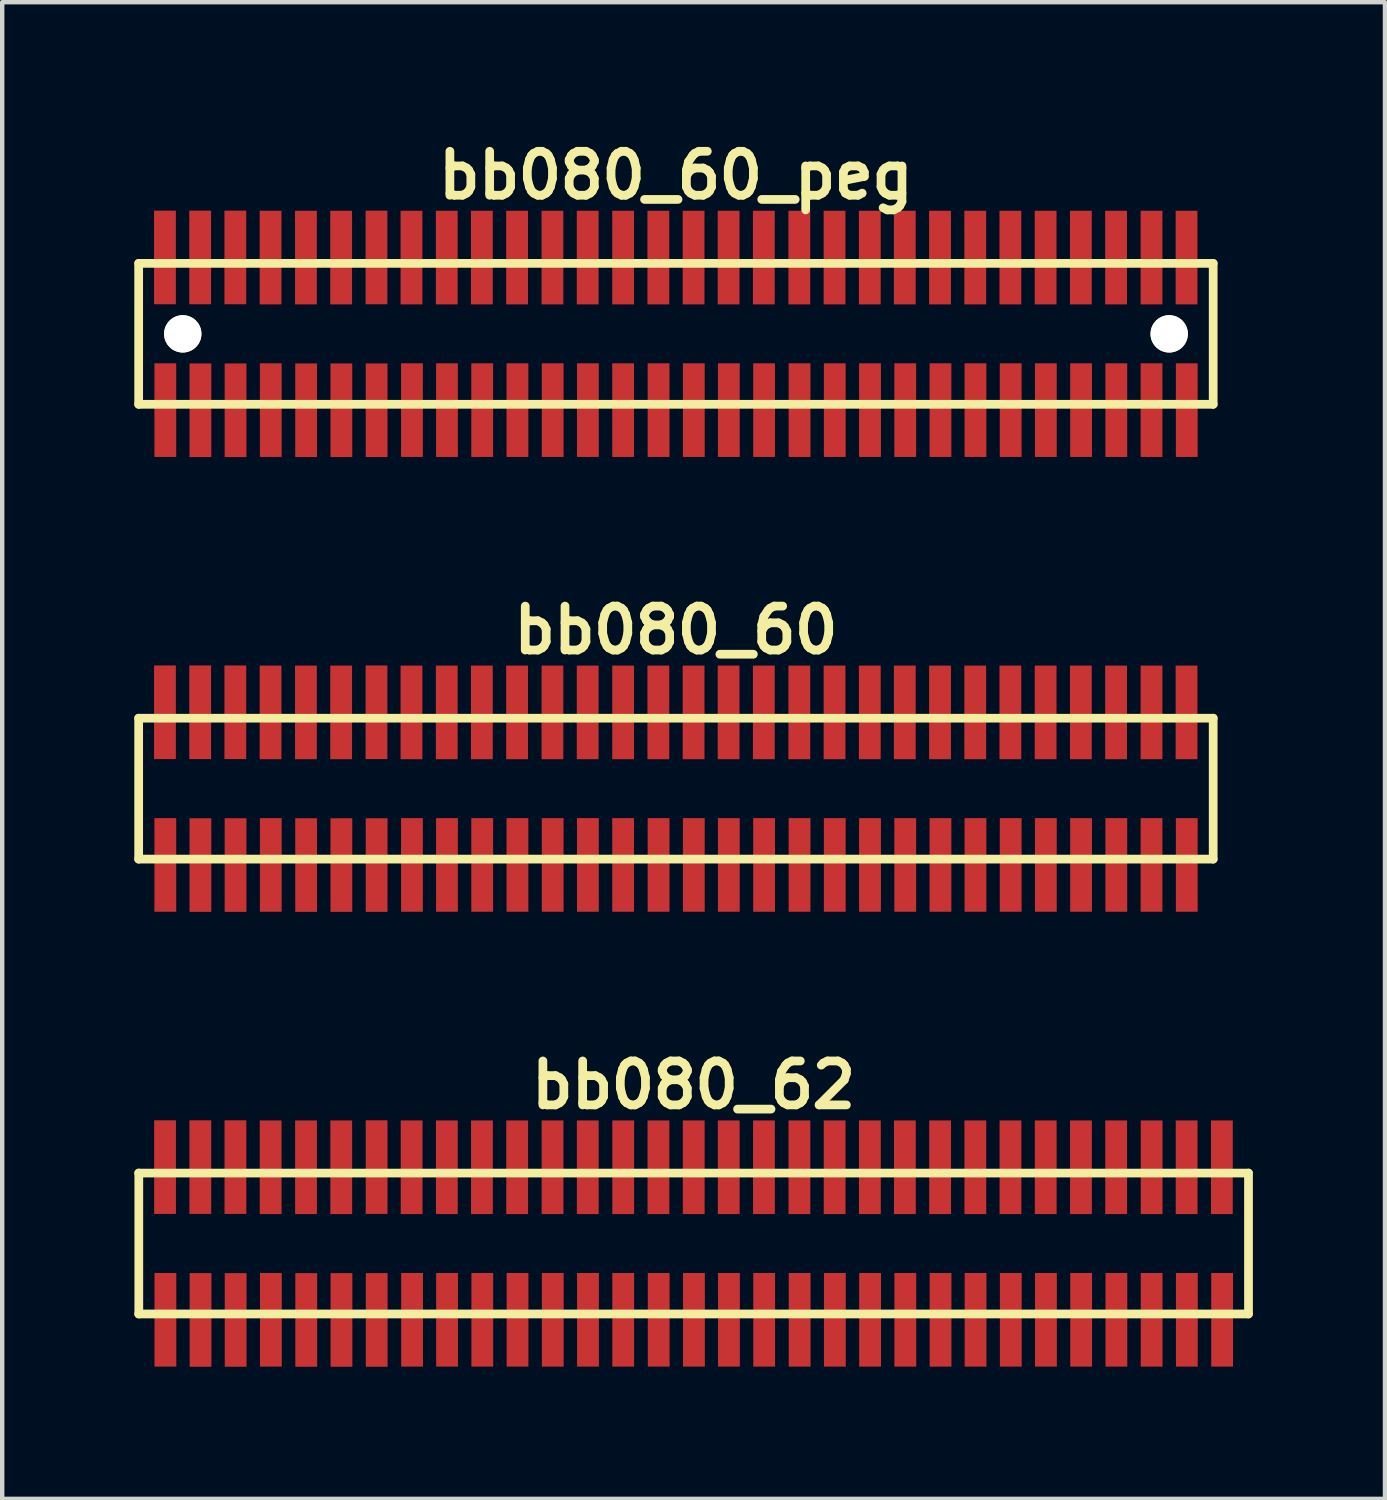
<source format=kicad_pcb>
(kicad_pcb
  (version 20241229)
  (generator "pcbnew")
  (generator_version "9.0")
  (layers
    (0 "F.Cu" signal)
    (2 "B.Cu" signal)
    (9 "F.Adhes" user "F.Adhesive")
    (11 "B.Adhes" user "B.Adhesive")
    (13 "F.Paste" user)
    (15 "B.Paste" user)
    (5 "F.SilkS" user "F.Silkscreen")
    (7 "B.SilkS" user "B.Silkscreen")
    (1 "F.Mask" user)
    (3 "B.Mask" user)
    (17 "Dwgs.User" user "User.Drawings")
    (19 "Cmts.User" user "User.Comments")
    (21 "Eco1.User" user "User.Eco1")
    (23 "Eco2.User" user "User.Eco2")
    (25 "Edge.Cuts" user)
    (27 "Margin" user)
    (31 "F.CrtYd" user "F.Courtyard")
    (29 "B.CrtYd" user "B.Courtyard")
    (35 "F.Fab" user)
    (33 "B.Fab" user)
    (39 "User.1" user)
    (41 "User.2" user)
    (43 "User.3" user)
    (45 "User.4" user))
  (footprint "bb080_62"
    (layer "F.Cu")
    (at 12.7 25.188)
    (property "Reference" "bb080_62" (at 0 -3.599 0) (layer "F.SilkS") (effects (font (size 0.998 0.998) (thickness 0.198))))
    (attr through_hole)
    (fp_line (start -12.601 1.6) (end 12.598 1.6) (stroke (width 0.198) (type solid)) (layer "F.SilkS"))
    (fp_line (start -12.598 -1.6) (end -12.598 1.6) (stroke (width 0.198) (type solid)) (layer "F.SilkS"))
    (fp_line (start 12.598 -1.6) (end -12.601 -1.6) (stroke (width 0.198) (type solid)) (layer "F.SilkS"))
    (fp_line (start 12.601 1.6) (end 12.601 -1.6) (stroke (width 0.198) (type solid)) (layer "F.SilkS"))
    (pad "1" smd rect (at -11.994 1.732) (size 0.495 2.126) (layers "F.Cu" "F.Mask" "F.Paste"))
    (pad "2" smd rect (at -12.002 -1.735) (size 0.495 2.126) (layers "F.Cu" "F.Mask" "F.Paste"))
    (pad "3" smd rect (at -11.196 1.735) (size 0.495 2.126) (layers "F.Cu" "F.Mask" "F.Paste"))
    (pad "4" smd rect (at -11.201 -1.735) (size 0.495 2.126) (layers "F.Cu" "F.Mask" "F.Paste"))
    (pad "5" smd rect (at -10.399 1.735) (size 0.495 2.126) (layers "F.Cu" "F.Mask" "F.Paste"))
    (pad "6" smd rect (at -10.404 -1.735) (size 0.495 2.126) (layers "F.Cu" "F.Mask" "F.Paste"))
    (pad "7" smd rect (at -9.599 1.732) (size 0.495 2.126) (layers "F.Cu" "F.Mask" "F.Paste"))
    (pad "8" smd rect (at -9.604 -1.732) (size 0.495 2.126) (layers "F.Cu" "F.Mask" "F.Paste"))
    (pad "9" smd rect (at -8.796 1.735) (size 0.495 2.126) (layers "F.Cu" "F.Mask" "F.Paste"))
    (pad "10" smd rect (at -8.801 -1.732) (size 0.495 2.126) (layers "F.Cu" "F.Mask" "F.Paste"))
    (pad "11" smd rect (at -7.996 1.735) (size 0.495 2.126) (layers "F.Cu" "F.Mask" "F.Paste"))
    (pad "12" smd rect (at -8.001 -1.732) (size 0.495 2.126) (layers "F.Cu" "F.Mask" "F.Paste"))
    (pad "13" smd rect (at -7.196 1.735) (size 0.495 2.126) (layers "F.Cu" "F.Mask" "F.Paste"))
    (pad "14" smd rect (at -7.198 -1.735) (size 0.495 2.126) (layers "F.Cu" "F.Mask" "F.Paste"))
    (pad "15" smd rect (at -6.393 1.732) (size 0.495 2.126) (layers "F.Cu" "F.Mask" "F.Paste"))
    (pad "16" smd rect (at -6.403 -1.732) (size 0.495 2.126) (layers "F.Cu" "F.Mask" "F.Paste"))
    (pad "17" smd rect (at -5.598 1.732) (size 0.495 2.126) (layers "F.Cu" "F.Mask" "F.Paste"))
    (pad "18" smd rect (at -5.603 -1.732) (size 0.495 2.126) (layers "F.Cu" "F.Mask" "F.Paste"))
    (pad "19" smd rect (at -4.798 1.732) (size 0.495 2.126) (layers "F.Cu" "F.Mask" "F.Paste"))
    (pad "20" smd rect (at -4.806 -1.732) (size 0.495 2.126) (layers "F.Cu" "F.Mask" "F.Paste"))
    (pad "21" smd rect (at -3.998 1.732) (size 0.495 2.126) (layers "F.Cu" "F.Mask" "F.Paste"))
    (pad "22" smd rect (at -4.006 -1.732) (size 0.495 2.126) (layers "F.Cu" "F.Mask" "F.Paste"))
    (pad "23" smd rect (at -3.198 1.732) (size 0.495 2.126) (layers "F.Cu" "F.Mask" "F.Paste"))
    (pad "24" smd rect (at -3.203 -1.732) (size 0.495 2.126) (layers "F.Cu" "F.Mask" "F.Paste"))
    (pad "25" smd rect (at -2.398 1.732) (size 0.495 2.126) (layers "F.Cu" "F.Mask" "F.Paste"))
    (pad "26" smd rect (at -2.403 -1.732) (size 0.495 2.126) (layers "F.Cu" "F.Mask" "F.Paste"))
    (pad "27" smd rect (at -1.598 1.732) (size 0.495 2.126) (layers "F.Cu" "F.Mask" "F.Paste"))
    (pad "28" smd rect (at -1.598 -1.732) (size 0.495 2.126) (layers "F.Cu" "F.Mask" "F.Paste"))
    (pad "29" smd rect (at -0.792 1.732) (size 0.495 2.126) (layers "F.Cu" "F.Mask" "F.Paste"))
    (pad "30" smd rect (at -0.798 -1.732) (size 0.495 2.126) (layers "F.Cu" "F.Mask" "F.Paste"))
    (pad "31" smd rect (at 0.008 1.732) (size 0.495 2.126) (layers "F.Cu" "F.Mask" "F.Paste"))
    (pad "32" smd rect (at 0.003 -1.732) (size 0.495 2.126) (layers "F.Cu" "F.Mask" "F.Paste"))
    (pad "33" smd rect (at 0.803 1.732) (size 0.495 2.126) (layers "F.Cu" "F.Mask" "F.Paste"))
    (pad "34" smd rect (at 0.798 -1.732) (size 0.495 2.126) (layers "F.Cu" "F.Mask" "F.Paste"))
    (pad "35" smd rect (at 1.603 1.732) (size 0.495 2.126) (layers "F.Cu" "F.Mask" "F.Paste"))
    (pad "36" smd rect (at 1.598 -1.732) (size 0.495 2.126) (layers "F.Cu" "F.Mask" "F.Paste"))
    (pad "37" smd rect (at 2.408 1.732) (size 0.495 2.126) (layers "F.Cu" "F.Mask" "F.Paste"))
    (pad "38" smd rect (at 2.403 -1.732) (size 0.495 2.126) (layers "F.Cu" "F.Mask" "F.Paste"))
    (pad "39" smd rect (at 3.208 1.732) (size 0.495 2.126) (layers "F.Cu" "F.Mask" "F.Paste"))
    (pad "40" smd rect (at 3.203 -1.732) (size 0.495 2.126) (layers "F.Cu" "F.Mask" "F.Paste"))
    (pad "41" smd rect (at 4.008 1.732) (size 0.495 2.126) (layers "F.Cu" "F.Mask" "F.Paste"))
    (pad "42" smd rect (at 4.003 -1.732) (size 0.495 2.126) (layers "F.Cu" "F.Mask" "F.Paste"))
    (pad "43" smd rect (at 4.808 1.732) (size 0.495 2.126) (layers "F.Cu" "F.Mask" "F.Paste"))
    (pad "44" smd rect (at 4.798 -1.732) (size 0.495 2.126) (layers "F.Cu" "F.Mask" "F.Paste"))
    (pad "45" smd rect (at 5.608 1.732) (size 0.495 2.126) (layers "F.Cu" "F.Mask" "F.Paste"))
    (pad "46" smd rect (at 5.598 -1.732) (size 0.495 2.126) (layers "F.Cu" "F.Mask" "F.Paste"))
    (pad "47" smd rect (at 6.403 1.732) (size 0.495 2.126) (layers "F.Cu" "F.Mask" "F.Paste"))
    (pad "48" smd rect (at 6.398 -1.732) (size 0.495 2.126) (layers "F.Cu" "F.Mask" "F.Paste"))
    (pad "49" smd rect (at 7.203 1.732) (size 0.495 2.126) (layers "F.Cu" "F.Mask" "F.Paste"))
    (pad "50" smd rect (at 7.196 -1.732) (size 0.495 2.126) (layers "F.Cu" "F.Mask" "F.Paste"))
    (pad "51" smd rect (at 8.001 1.732) (size 0.495 2.126) (layers "F.Cu" "F.Mask" "F.Paste"))
    (pad "52" smd rect (at 7.996 -1.732) (size 0.495 2.126) (layers "F.Cu" "F.Mask" "F.Paste"))
    (pad "53" smd rect (at 8.801 1.732) (size 0.495 2.126) (layers "F.Cu" "F.Mask" "F.Paste"))
    (pad "54" smd rect (at 8.796 -1.732) (size 0.495 2.126) (layers "F.Cu" "F.Mask" "F.Paste"))
    (pad "55" smd rect (at 9.601 1.732) (size 0.495 2.126) (layers "F.Cu" "F.Mask" "F.Paste"))
    (pad "56" smd rect (at 9.596 -1.732) (size 0.495 2.126) (layers "F.Cu" "F.Mask" "F.Paste"))
    (pad "57" smd rect (at 10.401 1.732) (size 0.495 2.126) (layers "F.Cu" "F.Mask" "F.Paste"))
    (pad "58" smd rect (at 10.401 -1.732) (size 0.495 2.126) (layers "F.Cu" "F.Mask" "F.Paste"))
    (pad "59" smd rect (at 11.201 1.732) (size 0.495 2.126) (layers "F.Cu" "F.Mask" "F.Paste"))
    (pad "60" smd rect (at 11.196 -1.732) (size 0.495 2.126) (layers "F.Cu" "F.Mask" "F.Paste"))
    (pad "61" smd rect (at 12.002 1.732) (size 0.495 2.126) (layers "F.Cu" "F.Mask" "F.Paste"))
    (pad "62" smd rect (at 11.996 -1.732) (size 0.495 2.126) (layers "F.Cu" "F.Mask" "F.Paste")))
  (footprint "bb080_60_peg"
    (layer "F.Cu")
    (at 12.299 4.531)
    (property "Reference" "bb080_60_peg" (at 0 -3.599 0) (layer "F.SilkS") (effects (font (size 0.998 0.998) (thickness 0.198))))
    (attr through_hole)
    (fp_line (start -12.2 -1.6) (end -12.2 1.6) (stroke (width 0.198) (type solid)) (layer "F.SilkS"))
    (fp_line (start -12.2 1.6) (end 12.2 1.6) (stroke (width 0.198) (type solid)) (layer "F.SilkS"))
    (fp_line (start 12.2 -1.6) (end -12.2 -1.6) (stroke (width 0.198) (type solid)) (layer "F.SilkS"))
    (fp_line (start 12.2 1.6) (end 12.2 -1.6) (stroke (width 0.198) (type solid)) (layer "F.SilkS"))
    (pad "" np_thru_hole circle (at -11.199 0) (size 0.848 0.848) (drill 0.848) (layers "*.Cu" "*.Mask" "F.SilkS"))
    (pad "" np_thru_hole circle (at 11.201 0) (size 0.848 0.848) (drill 0.848) (layers "*.Cu" "*.Mask" "F.SilkS"))
    (pad "1" smd rect (at -11.595 1.732) (size 0.495 2.126) (layers "F.Cu" "F.Mask" "F.Paste"))
    (pad "2" smd rect (at -11.603 -1.735) (size 0.495 2.126) (layers "F.Cu" "F.Mask" "F.Paste"))
    (pad "3" smd rect (at -10.798 1.735) (size 0.495 2.126) (layers "F.Cu" "F.Mask" "F.Paste"))
    (pad "4" smd rect (at -10.803 -1.735) (size 0.495 2.126) (layers "F.Cu" "F.Mask" "F.Paste"))
    (pad "5" smd rect (at -10 1.735) (size 0.495 2.126) (layers "F.Cu" "F.Mask" "F.Paste"))
    (pad "6" smd rect (at -10.005 -1.735) (size 0.495 2.126) (layers "F.Cu" "F.Mask" "F.Paste"))
    (pad "7" smd rect (at -9.2 1.732) (size 0.495 2.126) (layers "F.Cu" "F.Mask" "F.Paste"))
    (pad "8" smd rect (at -9.205 -1.732) (size 0.495 2.126) (layers "F.Cu" "F.Mask" "F.Paste"))
    (pad "9" smd rect (at -8.397 1.735) (size 0.495 2.126) (layers "F.Cu" "F.Mask" "F.Paste"))
    (pad "10" smd rect (at -8.402 -1.732) (size 0.495 2.126) (layers "F.Cu" "F.Mask" "F.Paste"))
    (pad "11" smd rect (at -7.597 1.735) (size 0.495 2.126) (layers "F.Cu" "F.Mask" "F.Paste"))
    (pad "12" smd rect (at -7.602 -1.732) (size 0.495 2.126) (layers "F.Cu" "F.Mask" "F.Paste"))
    (pad "13" smd rect (at -6.797 1.735) (size 0.495 2.126) (layers "F.Cu" "F.Mask" "F.Paste"))
    (pad "14" smd rect (at -6.8 -1.735) (size 0.495 2.126) (layers "F.Cu" "F.Mask" "F.Paste"))
    (pad "15" smd rect (at -5.994 1.732) (size 0.495 2.126) (layers "F.Cu" "F.Mask" "F.Paste"))
    (pad "16" smd rect (at -6.005 -1.732) (size 0.495 2.126) (layers "F.Cu" "F.Mask" "F.Paste"))
    (pad "17" smd rect (at -5.199 1.732) (size 0.495 2.126) (layers "F.Cu" "F.Mask" "F.Paste"))
    (pad "18" smd rect (at -5.204 -1.732) (size 0.495 2.126) (layers "F.Cu" "F.Mask" "F.Paste"))
    (pad "19" smd rect (at -4.399 1.732) (size 0.495 2.126) (layers "F.Cu" "F.Mask" "F.Paste"))
    (pad "20" smd rect (at -4.407 -1.732) (size 0.495 2.126) (layers "F.Cu" "F.Mask" "F.Paste"))
    (pad "21" smd rect (at -3.599 1.732) (size 0.495 2.126) (layers "F.Cu" "F.Mask" "F.Paste"))
    (pad "22" smd rect (at -3.607 -1.732) (size 0.495 2.126) (layers "F.Cu" "F.Mask" "F.Paste"))
    (pad "23" smd rect (at -2.799 1.732) (size 0.495 2.126) (layers "F.Cu" "F.Mask" "F.Paste"))
    (pad "24" smd rect (at -2.804 -1.732) (size 0.495 2.126) (layers "F.Cu" "F.Mask" "F.Paste"))
    (pad "25" smd rect (at -1.999 1.732) (size 0.495 2.126) (layers "F.Cu" "F.Mask" "F.Paste"))
    (pad "26" smd rect (at -2.004 -1.732) (size 0.495 2.126) (layers "F.Cu" "F.Mask" "F.Paste"))
    (pad "27" smd rect (at -1.199 1.732) (size 0.495 2.126) (layers "F.Cu" "F.Mask" "F.Paste"))
    (pad "28" smd rect (at -1.199 -1.732) (size 0.495 2.126) (layers "F.Cu" "F.Mask" "F.Paste"))
    (pad "29" smd rect (at -0.394 1.732) (size 0.495 2.126) (layers "F.Cu" "F.Mask" "F.Paste"))
    (pad "30" smd rect (at -0.399 -1.732) (size 0.495 2.126) (layers "F.Cu" "F.Mask" "F.Paste"))
    (pad "31" smd rect (at 0.406 1.732) (size 0.495 2.126) (layers "F.Cu" "F.Mask" "F.Paste"))
    (pad "32" smd rect (at 0.401 -1.732) (size 0.495 2.126) (layers "F.Cu" "F.Mask" "F.Paste"))
    (pad "33" smd rect (at 1.201 1.732) (size 0.495 2.126) (layers "F.Cu" "F.Mask" "F.Paste"))
    (pad "34" smd rect (at 1.196 -1.732) (size 0.495 2.126) (layers "F.Cu" "F.Mask" "F.Paste"))
    (pad "35" smd rect (at 2.002 1.732) (size 0.495 2.126) (layers "F.Cu" "F.Mask" "F.Paste"))
    (pad "36" smd rect (at 1.996 -1.732) (size 0.495 2.126) (layers "F.Cu" "F.Mask" "F.Paste"))
    (pad "37" smd rect (at 2.807 1.732) (size 0.495 2.126) (layers "F.Cu" "F.Mask" "F.Paste"))
    (pad "38" smd rect (at 2.802 -1.732) (size 0.495 2.126) (layers "F.Cu" "F.Mask" "F.Paste"))
    (pad "39" smd rect (at 3.607 1.732) (size 0.495 2.126) (layers "F.Cu" "F.Mask" "F.Paste"))
    (pad "40" smd rect (at 3.602 -1.732) (size 0.495 2.126) (layers "F.Cu" "F.Mask" "F.Paste"))
    (pad "41" smd rect (at 4.407 1.732) (size 0.495 2.126) (layers "F.Cu" "F.Mask" "F.Paste"))
    (pad "42" smd rect (at 4.402 -1.732) (size 0.495 2.126) (layers "F.Cu" "F.Mask" "F.Paste"))
    (pad "43" smd rect (at 5.207 1.732) (size 0.495 2.126) (layers "F.Cu" "F.Mask" "F.Paste"))
    (pad "44" smd rect (at 5.197 -1.732) (size 0.495 2.126) (layers "F.Cu" "F.Mask" "F.Paste"))
    (pad "45" smd rect (at 6.007 1.732) (size 0.495 2.126) (layers "F.Cu" "F.Mask" "F.Paste"))
    (pad "46" smd rect (at 5.997 -1.732) (size 0.495 2.126) (layers "F.Cu" "F.Mask" "F.Paste"))
    (pad "47" smd rect (at 6.802 1.732) (size 0.495 2.126) (layers "F.Cu" "F.Mask" "F.Paste"))
    (pad "48" smd rect (at 6.797 -1.732) (size 0.495 2.126) (layers "F.Cu" "F.Mask" "F.Paste"))
    (pad "49" smd rect (at 7.602 1.732) (size 0.495 2.126) (layers "F.Cu" "F.Mask" "F.Paste"))
    (pad "50" smd rect (at 7.595 -1.732) (size 0.495 2.126) (layers "F.Cu" "F.Mask" "F.Paste"))
    (pad "51" smd rect (at 8.4 1.732) (size 0.495 2.126) (layers "F.Cu" "F.Mask" "F.Paste"))
    (pad "52" smd rect (at 8.395 -1.732) (size 0.495 2.126) (layers "F.Cu" "F.Mask" "F.Paste"))
    (pad "53" smd rect (at 9.2 1.732) (size 0.495 2.126) (layers "F.Cu" "F.Mask" "F.Paste"))
    (pad "54" smd rect (at 9.195 -1.732) (size 0.495 2.126) (layers "F.Cu" "F.Mask" "F.Paste"))
    (pad "55" smd rect (at 10 1.732) (size 0.495 2.126) (layers "F.Cu" "F.Mask" "F.Paste"))
    (pad "56" smd rect (at 9.995 -1.732) (size 0.495 2.126) (layers "F.Cu" "F.Mask" "F.Paste"))
    (pad "57" smd rect (at 10.8 1.732) (size 0.495 2.126) (layers "F.Cu" "F.Mask" "F.Paste"))
    (pad "58" smd rect (at 10.8 -1.732) (size 0.495 2.126) (layers "F.Cu" "F.Mask" "F.Paste"))
    (pad "59" smd rect (at 11.6 1.732) (size 0.495 2.126) (layers "F.Cu" "F.Mask" "F.Paste"))
    (pad "60" smd rect (at 11.595 -1.732) (size 0.495 2.126) (layers "F.Cu" "F.Mask" "F.Paste")))
  (footprint "bb080_60"
    (layer "F.Cu")
    (at 12.299 14.859)
    (property "Reference" "bb080_60" (at 0 -3.599 0) (layer "F.SilkS") (effects (font (size 0.998 0.998) (thickness 0.198))))
    (attr through_hole)
    (fp_line (start -12.2 -1.6) (end -12.2 1.6) (stroke (width 0.198) (type solid)) (layer "F.SilkS"))
    (fp_line (start -12.2 1.6) (end 12.2 1.6) (stroke (width 0.198) (type solid)) (layer "F.SilkS"))
    (fp_line (start 12.2 -1.6) (end -12.2 -1.6) (stroke (width 0.198) (type solid)) (layer "F.SilkS"))
    (fp_line (start 12.2 1.6) (end 12.2 -1.6) (stroke (width 0.198) (type solid)) (layer "F.SilkS"))
    (pad "1" smd rect (at -11.595 1.732) (size 0.495 2.126) (layers "F.Cu" "F.Mask" "F.Paste"))
    (pad "2" smd rect (at -11.603 -1.735) (size 0.495 2.126) (layers "F.Cu" "F.Mask" "F.Paste"))
    (pad "3" smd rect (at -10.798 1.735) (size 0.495 2.126) (layers "F.Cu" "F.Mask" "F.Paste"))
    (pad "4" smd rect (at -10.803 -1.735) (size 0.495 2.126) (layers "F.Cu" "F.Mask" "F.Paste"))
    (pad "5" smd rect (at -10 1.735) (size 0.495 2.126) (layers "F.Cu" "F.Mask" "F.Paste"))
    (pad "6" smd rect (at -10.005 -1.735) (size 0.495 2.126) (layers "F.Cu" "F.Mask" "F.Paste"))
    (pad "7" smd rect (at -9.2 1.732) (size 0.495 2.126) (layers "F.Cu" "F.Mask" "F.Paste"))
    (pad "8" smd rect (at -9.205 -1.732) (size 0.495 2.126) (layers "F.Cu" "F.Mask" "F.Paste"))
    (pad "9" smd rect (at -8.397 1.735) (size 0.495 2.126) (layers "F.Cu" "F.Mask" "F.Paste"))
    (pad "10" smd rect (at -8.402 -1.732) (size 0.495 2.126) (layers "F.Cu" "F.Mask" "F.Paste"))
    (pad "11" smd rect (at -7.597 1.735) (size 0.495 2.126) (layers "F.Cu" "F.Mask" "F.Paste"))
    (pad "12" smd rect (at -7.602 -1.732) (size 0.495 2.126) (layers "F.Cu" "F.Mask" "F.Paste"))
    (pad "13" smd rect (at -6.797 1.735) (size 0.495 2.126) (layers "F.Cu" "F.Mask" "F.Paste"))
    (pad "14" smd rect (at -6.8 -1.735) (size 0.495 2.126) (layers "F.Cu" "F.Mask" "F.Paste"))
    (pad "15" smd rect (at -5.994 1.732) (size 0.495 2.126) (layers "F.Cu" "F.Mask" "F.Paste"))
    (pad "16" smd rect (at -6.005 -1.732) (size 0.495 2.126) (layers "F.Cu" "F.Mask" "F.Paste"))
    (pad "17" smd rect (at -5.199 1.732) (size 0.495 2.126) (layers "F.Cu" "F.Mask" "F.Paste"))
    (pad "18" smd rect (at -5.204 -1.732) (size 0.495 2.126) (layers "F.Cu" "F.Mask" "F.Paste"))
    (pad "19" smd rect (at -4.399 1.732) (size 0.495 2.126) (layers "F.Cu" "F.Mask" "F.Paste"))
    (pad "20" smd rect (at -4.407 -1.732) (size 0.495 2.126) (layers "F.Cu" "F.Mask" "F.Paste"))
    (pad "21" smd rect (at -3.599 1.732) (size 0.495 2.126) (layers "F.Cu" "F.Mask" "F.Paste"))
    (pad "22" smd rect (at -3.607 -1.732) (size 0.495 2.126) (layers "F.Cu" "F.Mask" "F.Paste"))
    (pad "23" smd rect (at -2.799 1.732) (size 0.495 2.126) (layers "F.Cu" "F.Mask" "F.Paste"))
    (pad "24" smd rect (at -2.804 -1.732) (size 0.495 2.126) (layers "F.Cu" "F.Mask" "F.Paste"))
    (pad "25" smd rect (at -1.999 1.732) (size 0.495 2.126) (layers "F.Cu" "F.Mask" "F.Paste"))
    (pad "26" smd rect (at -2.004 -1.732) (size 0.495 2.126) (layers "F.Cu" "F.Mask" "F.Paste"))
    (pad "27" smd rect (at -1.199 1.732) (size 0.495 2.126) (layers "F.Cu" "F.Mask" "F.Paste"))
    (pad "28" smd rect (at -1.199 -1.732) (size 0.495 2.126) (layers "F.Cu" "F.Mask" "F.Paste"))
    (pad "29" smd rect (at -0.394 1.732) (size 0.495 2.126) (layers "F.Cu" "F.Mask" "F.Paste"))
    (pad "30" smd rect (at -0.399 -1.732) (size 0.495 2.126) (layers "F.Cu" "F.Mask" "F.Paste"))
    (pad "31" smd rect (at 0.406 1.732) (size 0.495 2.126) (layers "F.Cu" "F.Mask" "F.Paste"))
    (pad "32" smd rect (at 0.401 -1.732) (size 0.495 2.126) (layers "F.Cu" "F.Mask" "F.Paste"))
    (pad "33" smd rect (at 1.201 1.732) (size 0.495 2.126) (layers "F.Cu" "F.Mask" "F.Paste"))
    (pad "34" smd rect (at 1.196 -1.732) (size 0.495 2.126) (layers "F.Cu" "F.Mask" "F.Paste"))
    (pad "35" smd rect (at 2.002 1.732) (size 0.495 2.126) (layers "F.Cu" "F.Mask" "F.Paste"))
    (pad "36" smd rect (at 1.996 -1.732) (size 0.495 2.126) (layers "F.Cu" "F.Mask" "F.Paste"))
    (pad "37" smd rect (at 2.807 1.732) (size 0.495 2.126) (layers "F.Cu" "F.Mask" "F.Paste"))
    (pad "38" smd rect (at 2.802 -1.732) (size 0.495 2.126) (layers "F.Cu" "F.Mask" "F.Paste"))
    (pad "39" smd rect (at 3.607 1.732) (size 0.495 2.126) (layers "F.Cu" "F.Mask" "F.Paste"))
    (pad "40" smd rect (at 3.602 -1.732) (size 0.495 2.126) (layers "F.Cu" "F.Mask" "F.Paste"))
    (pad "41" smd rect (at 4.407 1.732) (size 0.495 2.126) (layers "F.Cu" "F.Mask" "F.Paste"))
    (pad "42" smd rect (at 4.402 -1.732) (size 0.495 2.126) (layers "F.Cu" "F.Mask" "F.Paste"))
    (pad "43" smd rect (at 5.207 1.732) (size 0.495 2.126) (layers "F.Cu" "F.Mask" "F.Paste"))
    (pad "44" smd rect (at 5.197 -1.732) (size 0.495 2.126) (layers "F.Cu" "F.Mask" "F.Paste"))
    (pad "45" smd rect (at 6.007 1.732) (size 0.495 2.126) (layers "F.Cu" "F.Mask" "F.Paste"))
    (pad "46" smd rect (at 5.997 -1.732) (size 0.495 2.126) (layers "F.Cu" "F.Mask" "F.Paste"))
    (pad "47" smd rect (at 6.802 1.732) (size 0.495 2.126) (layers "F.Cu" "F.Mask" "F.Paste"))
    (pad "48" smd rect (at 6.797 -1.732) (size 0.495 2.126) (layers "F.Cu" "F.Mask" "F.Paste"))
    (pad "49" smd rect (at 7.602 1.732) (size 0.495 2.126) (layers "F.Cu" "F.Mask" "F.Paste"))
    (pad "50" smd rect (at 7.595 -1.732) (size 0.495 2.126) (layers "F.Cu" "F.Mask" "F.Paste"))
    (pad "51" smd rect (at 8.4 1.732) (size 0.495 2.126) (layers "F.Cu" "F.Mask" "F.Paste"))
    (pad "52" smd rect (at 8.395 -1.732) (size 0.495 2.126) (layers "F.Cu" "F.Mask" "F.Paste"))
    (pad "53" smd rect (at 9.2 1.732) (size 0.495 2.126) (layers "F.Cu" "F.Mask" "F.Paste"))
    (pad "54" smd rect (at 9.195 -1.732) (size 0.495 2.126) (layers "F.Cu" "F.Mask" "F.Paste"))
    (pad "55" smd rect (at 10 1.732) (size 0.495 2.126) (layers "F.Cu" "F.Mask" "F.Paste"))
    (pad "56" smd rect (at 9.995 -1.732) (size 0.495 2.126) (layers "F.Cu" "F.Mask" "F.Paste"))
    (pad "57" smd rect (at 10.8 1.732) (size 0.495 2.126) (layers "F.Cu" "F.Mask" "F.Paste"))
    (pad "58" smd rect (at 10.8 -1.732) (size 0.495 2.126) (layers "F.Cu" "F.Mask" "F.Paste"))
    (pad "59" smd rect (at 11.6 1.732) (size 0.495 2.126) (layers "F.Cu" "F.Mask" "F.Paste"))
    (pad "60" smd rect (at 11.595 -1.732) (size 0.495 2.126) (layers "F.Cu" "F.Mask" "F.Paste")))
  (gr_rect
    (start -3 -3)
    (end 28.4 30.986)
    (stroke (width 0.1) (type default))
    (fill no)
    (layer "Edge.Cuts")))
</source>
